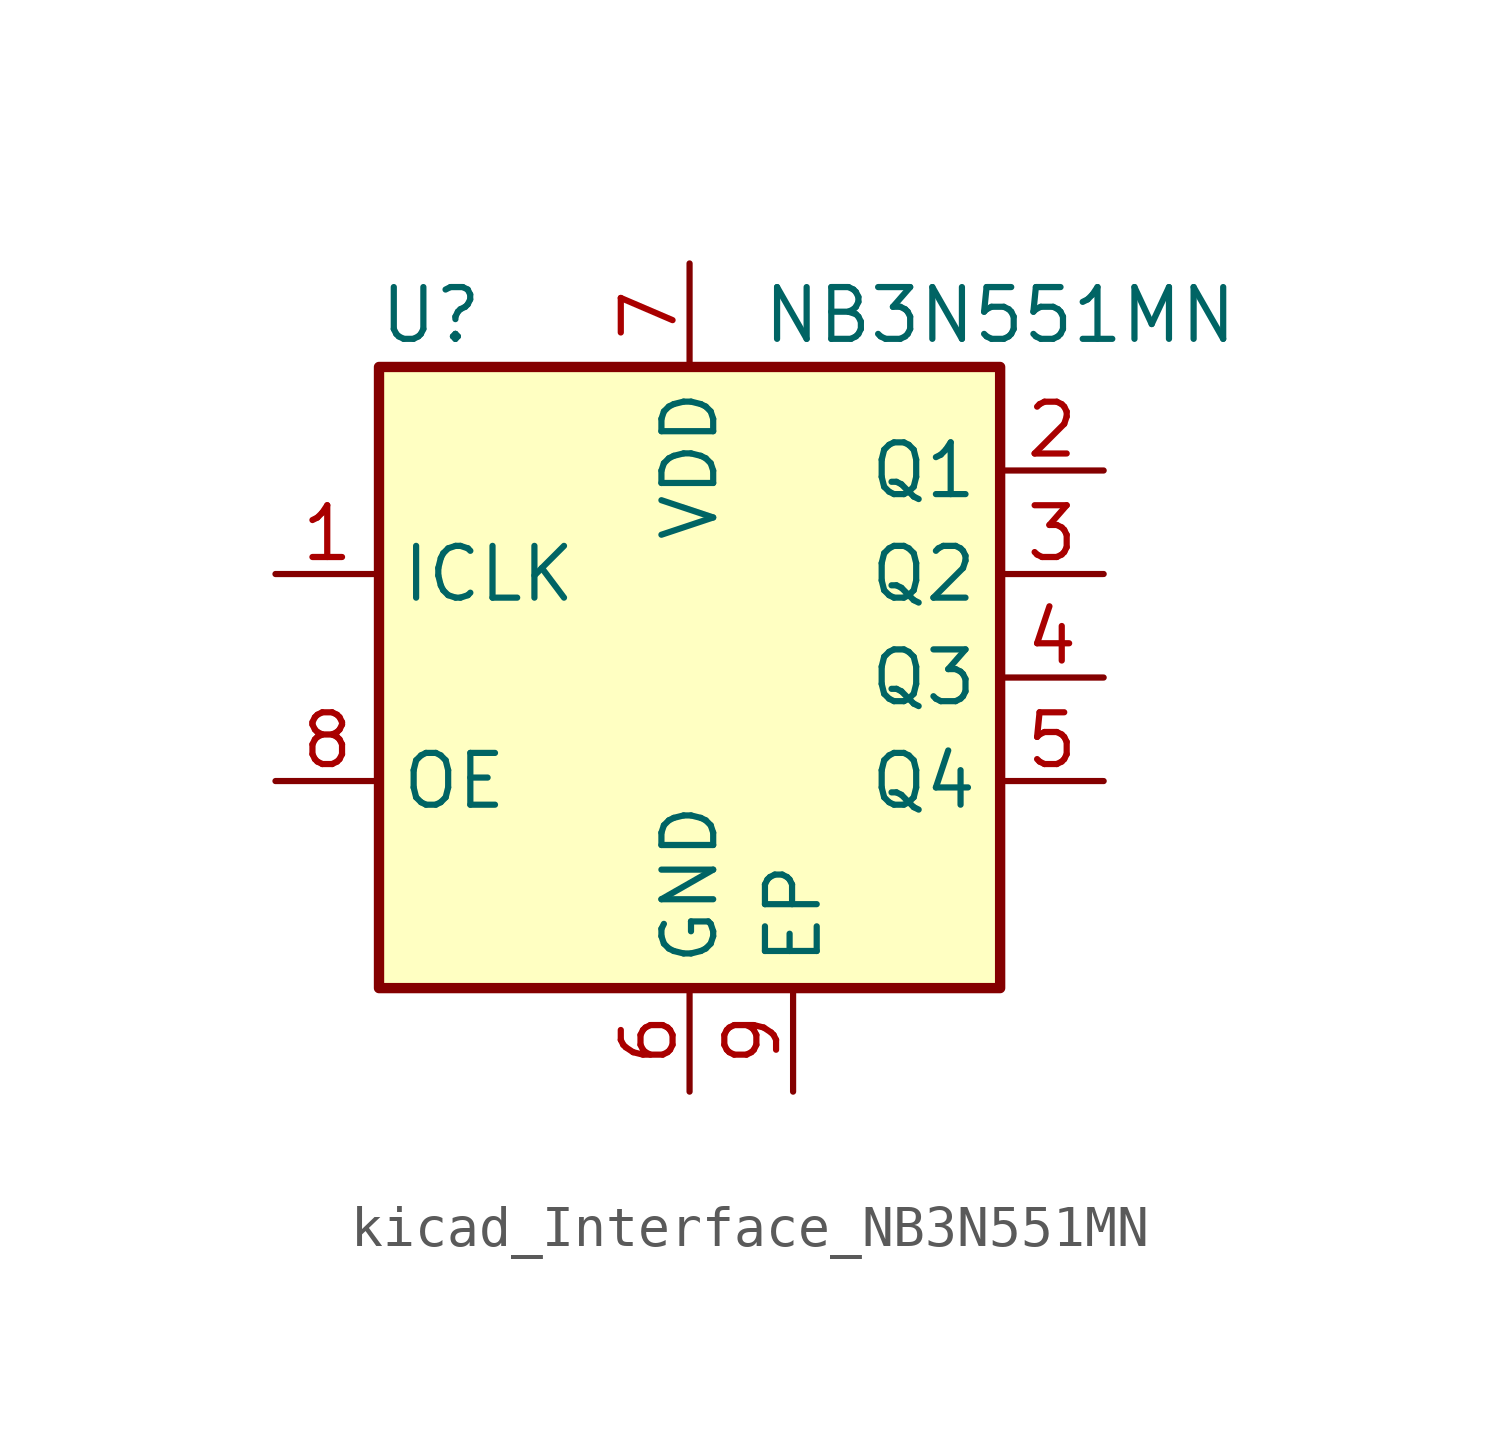
<source format=kicad_sym>
(kicad_symbol_lib
  (version 20220914)
  (generator kicad_symbol_editor)
  (symbol "kicad_Interface_NB3N551MN"
    (property "Reference" "U"
      (at -6.35 8.89 0)
      (effects (font (size 1.27 1.27))))
    (property "Value" "NB3N551MN"
      (at 7.62 8.89 0)
      (effects (font (size 1.27 1.27))))
    (symbol "kicad_Interface_NB3N551MN_0_1"
      (rectangle (start -7.62 7.62) (end 7.62 -7.62) (stroke (width 0.254) (type default)) (fill (type background))))
    (symbol "kicad_Interface_NB3N551MN_1_1"
      (pin input line (at -10.16 2.54 0) (length 2.54) (name "ICLK" (effects (font (size 1.27 1.27)))) (number "1" (effects (font (size 1.27 1.27)))))
      (pin output line (at 10.16 5.08 180) (length 2.54) (name "Q1" (effects (font (size 1.27 1.27)))) (number "2" (effects (font (size 1.27 1.27)))))
      (pin output line (at 10.16 2.54 180) (length 2.54) (name "Q2" (effects (font (size 1.27 1.27)))) (number "3" (effects (font (size 1.27 1.27)))))
      (pin output line (at 10.16 0 180) (length 2.54) (name "Q3" (effects (font (size 1.27 1.27)))) (number "4" (effects (font (size 1.27 1.27)))))
      (pin output line (at 10.16 -2.54 180) (length 2.54) (name "Q4" (effects (font (size 1.27 1.27)))) (number "5" (effects (font (size 1.27 1.27)))))
      (pin power_in line (at 0 -10.16 90) (length 2.54) (name "GND" (effects (font (size 1.27 1.27)))) (number "6" (effects (font (size 1.27 1.27)))))
      (pin power_in line (at 0 10.16 270) (length 2.54) (name "VDD" (effects (font (size 1.27 1.27)))) (number "7" (effects (font (size 1.27 1.27)))))
      (pin input line (at -10.16 -2.54 0) (length 2.54) (name "OE" (effects (font (size 1.27 1.27)))) (number "8" (effects (font (size 1.27 1.27)))))
      (pin passive line (at 2.54 -10.16 90) (length 2.54) (name "EP" (effects (font (size 1.27 1.27)))) (number "9" (effects (font (size 1.27 1.27))))))))
</source>
